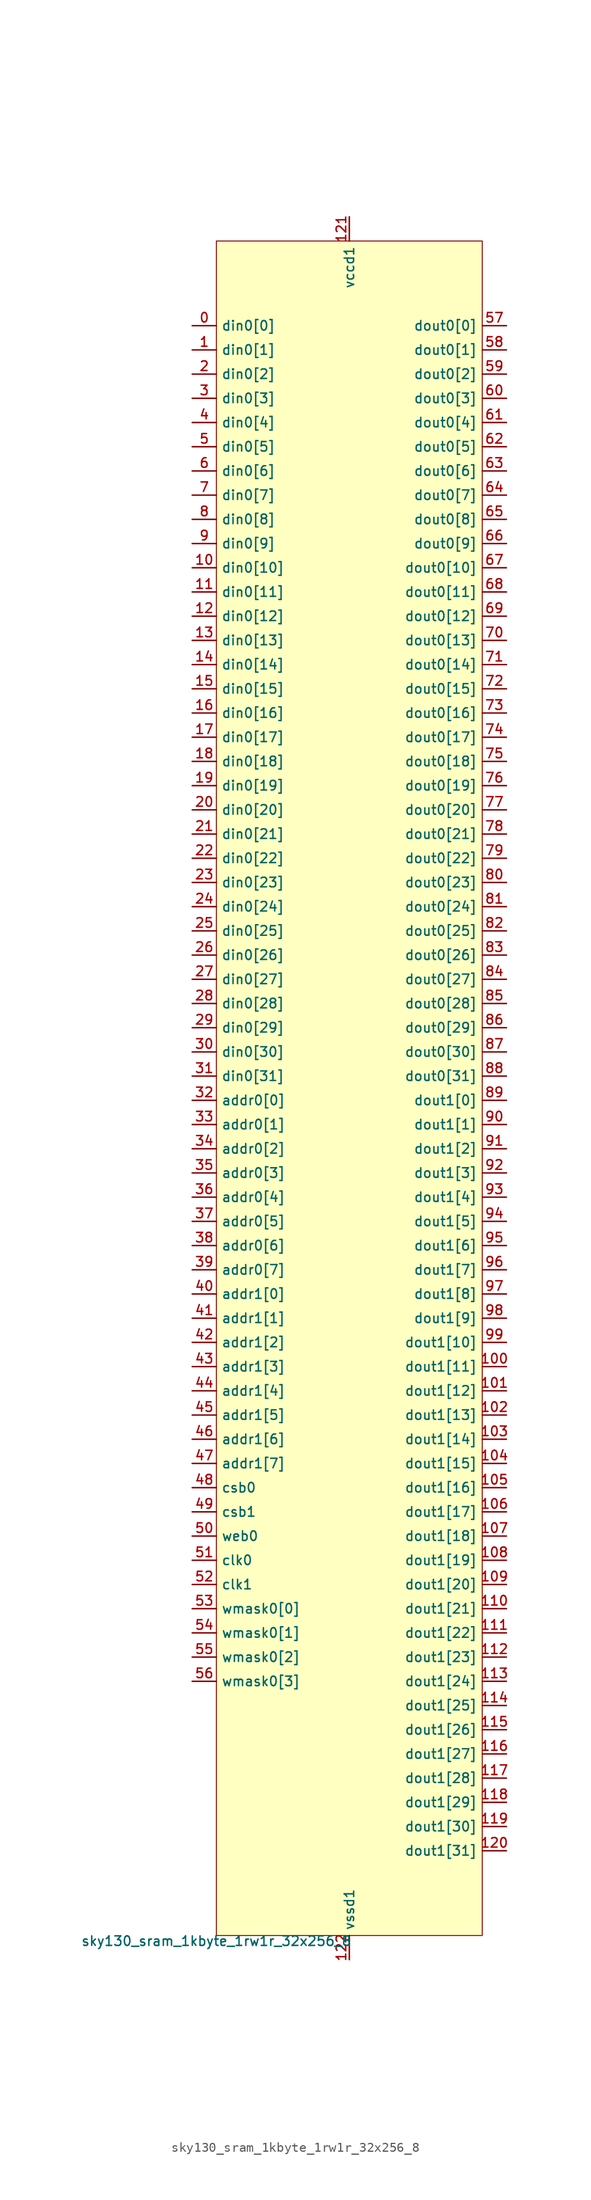
<source format=kicad_sym>
(kicad_symbol_lib
  (version 20211014)
  (generator lef2kicad_sym)
  (symbol "sky130_sram_1kbyte_1rw1r_32x256_8"
    (property "Reference" "CELL"
      (at 0 0 0)
      (effects (font (size 1 1)) hide))
    (property "Value" "sky130_sram_1kbyte_1rw1r_32x256_8"
      (at -13.97 -88.9 0)
      (effects (font (size 1 1)) (justify top)))
    (rectangle
      (start -13.97 -88.9)
      (end 13.97 88.9)
      (stroke (width 0.1) (type solid) (color 0 0 0 0))
      (fill (type background)))
    (pin input line
      (at -16.51 80.01 0)
      (length 2.54)
      (name "din0[0]" (effects (font (size 1 1)) hide))
      (number "0" (effects (font (size 1 1)) hide)))
    (pin input line
      (at -16.51 77.47 0)
      (length 2.54)
      (name "din0[1]" (effects (font (size 1 1)) hide))
      (number "1" (effects (font (size 1 1)) hide)))
    (pin input line
      (at -16.51 74.93 0)
      (length 2.54)
      (name "din0[2]" (effects (font (size 1 1)) hide))
      (number "2" (effects (font (size 1 1)) hide)))
    (pin input line
      (at -16.51 72.39 0)
      (length 2.54)
      (name "din0[3]" (effects (font (size 1 1)) hide))
      (number "3" (effects (font (size 1 1)) hide)))
    (pin input line
      (at -16.51 69.85 0)
      (length 2.54)
      (name "din0[4]" (effects (font (size 1 1)) hide))
      (number "4" (effects (font (size 1 1)) hide)))
    (pin input line
      (at -16.51 67.31 0)
      (length 2.54)
      (name "din0[5]" (effects (font (size 1 1)) hide))
      (number "5" (effects (font (size 1 1)) hide)))
    (pin input line
      (at -16.51 64.77 0)
      (length 2.54)
      (name "din0[6]" (effects (font (size 1 1)) hide))
      (number "6" (effects (font (size 1 1)) hide)))
    (pin input line
      (at -16.51 62.23 0)
      (length 2.54)
      (name "din0[7]" (effects (font (size 1 1)) hide))
      (number "7" (effects (font (size 1 1)) hide)))
    (pin input line
      (at -16.51 59.69 0)
      (length 2.54)
      (name "din0[8]" (effects (font (size 1 1)) hide))
      (number "8" (effects (font (size 1 1)) hide)))
    (pin input line
      (at -16.51 57.15 0)
      (length 2.54)
      (name "din0[9]" (effects (font (size 1 1)) hide))
      (number "9" (effects (font (size 1 1)) hide)))
    (pin input line
      (at -16.51 54.61 0)
      (length 2.54)
      (name "din0[10]" (effects (font (size 1 1)) hide))
      (number "10" (effects (font (size 1 1)) hide)))
    (pin input line
      (at -16.51 52.07 0)
      (length 2.54)
      (name "din0[11]" (effects (font (size 1 1)) hide))
      (number "11" (effects (font (size 1 1)) hide)))
    (pin input line
      (at -16.51 49.53 0)
      (length 2.54)
      (name "din0[12]" (effects (font (size 1 1)) hide))
      (number "12" (effects (font (size 1 1)) hide)))
    (pin input line
      (at -16.51 46.99 0)
      (length 2.54)
      (name "din0[13]" (effects (font (size 1 1)) hide))
      (number "13" (effects (font (size 1 1)) hide)))
    (pin input line
      (at -16.51 44.45 0)
      (length 2.54)
      (name "din0[14]" (effects (font (size 1 1)) hide))
      (number "14" (effects (font (size 1 1)) hide)))
    (pin input line
      (at -16.51 41.91 0)
      (length 2.54)
      (name "din0[15]" (effects (font (size 1 1)) hide))
      (number "15" (effects (font (size 1 1)) hide)))
    (pin input line
      (at -16.51 39.37 0)
      (length 2.54)
      (name "din0[16]" (effects (font (size 1 1)) hide))
      (number "16" (effects (font (size 1 1)) hide)))
    (pin input line
      (at -16.51 36.83 0)
      (length 2.54)
      (name "din0[17]" (effects (font (size 1 1)) hide))
      (number "17" (effects (font (size 1 1)) hide)))
    (pin input line
      (at -16.51 34.29 0)
      (length 2.54)
      (name "din0[18]" (effects (font (size 1 1)) hide))
      (number "18" (effects (font (size 1 1)) hide)))
    (pin input line
      (at -16.51 31.75 0)
      (length 2.54)
      (name "din0[19]" (effects (font (size 1 1)) hide))
      (number "19" (effects (font (size 1 1)) hide)))
    (pin input line
      (at -16.51 29.21 0)
      (length 2.54)
      (name "din0[20]" (effects (font (size 1 1)) hide))
      (number "20" (effects (font (size 1 1)) hide)))
    (pin input line
      (at -16.51 26.67 0)
      (length 2.54)
      (name "din0[21]" (effects (font (size 1 1)) hide))
      (number "21" (effects (font (size 1 1)) hide)))
    (pin input line
      (at -16.51 24.13 0)
      (length 2.54)
      (name "din0[22]" (effects (font (size 1 1)) hide))
      (number "22" (effects (font (size 1 1)) hide)))
    (pin input line
      (at -16.51 21.59 0)
      (length 2.54)
      (name "din0[23]" (effects (font (size 1 1)) hide))
      (number "23" (effects (font (size 1 1)) hide)))
    (pin input line
      (at -16.51 19.05 0)
      (length 2.54)
      (name "din0[24]" (effects (font (size 1 1)) hide))
      (number "24" (effects (font (size 1 1)) hide)))
    (pin input line
      (at -16.51 16.51 0)
      (length 2.54)
      (name "din0[25]" (effects (font (size 1 1)) hide))
      (number "25" (effects (font (size 1 1)) hide)))
    (pin input line
      (at -16.51 13.97 0)
      (length 2.54)
      (name "din0[26]" (effects (font (size 1 1)) hide))
      (number "26" (effects (font (size 1 1)) hide)))
    (pin input line
      (at -16.51 11.43 0)
      (length 2.54)
      (name "din0[27]" (effects (font (size 1 1)) hide))
      (number "27" (effects (font (size 1 1)) hide)))
    (pin input line
      (at -16.51 8.89 0)
      (length 2.54)
      (name "din0[28]" (effects (font (size 1 1)) hide))
      (number "28" (effects (font (size 1 1)) hide)))
    (pin input line
      (at -16.51 6.35 0)
      (length 2.54)
      (name "din0[29]" (effects (font (size 1 1)) hide))
      (number "29" (effects (font (size 1 1)) hide)))
    (pin input line
      (at -16.51 3.81 0)
      (length 2.54)
      (name "din0[30]" (effects (font (size 1 1)) hide))
      (number "30" (effects (font (size 1 1)) hide)))
    (pin input line
      (at -16.51 1.27 0)
      (length 2.54)
      (name "din0[31]" (effects (font (size 1 1)) hide))
      (number "31" (effects (font (size 1 1)) hide)))
    (pin input line
      (at -16.51 -1.27 0)
      (length 2.54)
      (name "addr0[0]" (effects (font (size 1 1)) hide))
      (number "32" (effects (font (size 1 1)) hide)))
    (pin input line
      (at -16.51 -3.81 0)
      (length 2.54)
      (name "addr0[1]" (effects (font (size 1 1)) hide))
      (number "33" (effects (font (size 1 1)) hide)))
    (pin input line
      (at -16.51 -6.35 0)
      (length 2.54)
      (name "addr0[2]" (effects (font (size 1 1)) hide))
      (number "34" (effects (font (size 1 1)) hide)))
    (pin input line
      (at -16.51 -8.89 0)
      (length 2.54)
      (name "addr0[3]" (effects (font (size 1 1)) hide))
      (number "35" (effects (font (size 1 1)) hide)))
    (pin input line
      (at -16.51 -11.43 0)
      (length 2.54)
      (name "addr0[4]" (effects (font (size 1 1)) hide))
      (number "36" (effects (font (size 1 1)) hide)))
    (pin input line
      (at -16.51 -13.97 0)
      (length 2.54)
      (name "addr0[5]" (effects (font (size 1 1)) hide))
      (number "37" (effects (font (size 1 1)) hide)))
    (pin input line
      (at -16.51 -16.51 0)
      (length 2.54)
      (name "addr0[6]" (effects (font (size 1 1)) hide))
      (number "38" (effects (font (size 1 1)) hide)))
    (pin input line
      (at -16.51 -19.05 0)
      (length 2.54)
      (name "addr0[7]" (effects (font (size 1 1)) hide))
      (number "39" (effects (font (size 1 1)) hide)))
    (pin input line
      (at -16.51 -21.59 0)
      (length 2.54)
      (name "addr1[0]" (effects (font (size 1 1)) hide))
      (number "40" (effects (font (size 1 1)) hide)))
    (pin input line
      (at -16.51 -24.13 0)
      (length 2.54)
      (name "addr1[1]" (effects (font (size 1 1)) hide))
      (number "41" (effects (font (size 1 1)) hide)))
    (pin input line
      (at -16.51 -26.67 0)
      (length 2.54)
      (name "addr1[2]" (effects (font (size 1 1)) hide))
      (number "42" (effects (font (size 1 1)) hide)))
    (pin input line
      (at -16.51 -29.21 0)
      (length 2.54)
      (name "addr1[3]" (effects (font (size 1 1)) hide))
      (number "43" (effects (font (size 1 1)) hide)))
    (pin input line
      (at -16.51 -31.75 0)
      (length 2.54)
      (name "addr1[4]" (effects (font (size 1 1)) hide))
      (number "44" (effects (font (size 1 1)) hide)))
    (pin input line
      (at -16.51 -34.29 0)
      (length 2.54)
      (name "addr1[5]" (effects (font (size 1 1)) hide))
      (number "45" (effects (font (size 1 1)) hide)))
    (pin input line
      (at -16.51 -36.83 0)
      (length 2.54)
      (name "addr1[6]" (effects (font (size 1 1)) hide))
      (number "46" (effects (font (size 1 1)) hide)))
    (pin input line
      (at -16.51 -39.37 0)
      (length 2.54)
      (name "addr1[7]" (effects (font (size 1 1)) hide))
      (number "47" (effects (font (size 1 1)) hide)))
    (pin input line
      (at -16.51 -41.91 0)
      (length 2.54)
      (name "csb0" (effects (font (size 1 1)) hide))
      (number "48" (effects (font (size 1 1)) hide)))
    (pin input line
      (at -16.51 -44.45 0)
      (length 2.54)
      (name "csb1" (effects (font (size 1 1)) hide))
      (number "49" (effects (font (size 1 1)) hide)))
    (pin input line
      (at -16.51 -46.99 0)
      (length 2.54)
      (name "web0" (effects (font (size 1 1)) hide))
      (number "50" (effects (font (size 1 1)) hide)))
    (pin input line
      (at -16.51 -49.53 0)
      (length 2.54)
      (name "clk0" (effects (font (size 1 1)) hide))
      (number "51" (effects (font (size 1 1)) hide)))
    (pin input line
      (at -16.51 -52.07 0)
      (length 2.54)
      (name "clk1" (effects (font (size 1 1)) hide))
      (number "52" (effects (font (size 1 1)) hide)))
    (pin input line
      (at -16.51 -54.61 0)
      (length 2.54)
      (name "wmask0[0]" (effects (font (size 1 1)) hide))
      (number "53" (effects (font (size 1 1)) hide)))
    (pin input line
      (at -16.51 -57.15 0)
      (length 2.54)
      (name "wmask0[1]" (effects (font (size 1 1)) hide))
      (number "54" (effects (font (size 1 1)) hide)))
    (pin input line
      (at -16.51 -59.69 0)
      (length 2.54)
      (name "wmask0[2]" (effects (font (size 1 1)) hide))
      (number "55" (effects (font (size 1 1)) hide)))
    (pin input line
      (at -16.51 -62.23 0)
      (length 2.54)
      (name "wmask0[3]" (effects (font (size 1 1)) hide))
      (number "56" (effects (font (size 1 1)) hide)))
    (pin output line
      (at 16.51 80.01 180)
      (length 2.54)
      (name "dout0[0]" (effects (font (size 1 1)) hide))
      (number "57" (effects (font (size 1 1)) hide)))
    (pin output line
      (at 16.51 77.47 180)
      (length 2.54)
      (name "dout0[1]" (effects (font (size 1 1)) hide))
      (number "58" (effects (font (size 1 1)) hide)))
    (pin output line
      (at 16.51 74.93 180)
      (length 2.54)
      (name "dout0[2]" (effects (font (size 1 1)) hide))
      (number "59" (effects (font (size 1 1)) hide)))
    (pin output line
      (at 16.51 72.39 180)
      (length 2.54)
      (name "dout0[3]" (effects (font (size 1 1)) hide))
      (number "60" (effects (font (size 1 1)) hide)))
    (pin output line
      (at 16.51 69.85 180)
      (length 2.54)
      (name "dout0[4]" (effects (font (size 1 1)) hide))
      (number "61" (effects (font (size 1 1)) hide)))
    (pin output line
      (at 16.51 67.31 180)
      (length 2.54)
      (name "dout0[5]" (effects (font (size 1 1)) hide))
      (number "62" (effects (font (size 1 1)) hide)))
    (pin output line
      (at 16.51 64.77 180)
      (length 2.54)
      (name "dout0[6]" (effects (font (size 1 1)) hide))
      (number "63" (effects (font (size 1 1)) hide)))
    (pin output line
      (at 16.51 62.23 180)
      (length 2.54)
      (name "dout0[7]" (effects (font (size 1 1)) hide))
      (number "64" (effects (font (size 1 1)) hide)))
    (pin output line
      (at 16.51 59.69 180)
      (length 2.54)
      (name "dout0[8]" (effects (font (size 1 1)) hide))
      (number "65" (effects (font (size 1 1)) hide)))
    (pin output line
      (at 16.51 57.15 180)
      (length 2.54)
      (name "dout0[9]" (effects (font (size 1 1)) hide))
      (number "66" (effects (font (size 1 1)) hide)))
    (pin output line
      (at 16.51 54.61 180)
      (length 2.54)
      (name "dout0[10]" (effects (font (size 1 1)) hide))
      (number "67" (effects (font (size 1 1)) hide)))
    (pin output line
      (at 16.51 52.07 180)
      (length 2.54)
      (name "dout0[11]" (effects (font (size 1 1)) hide))
      (number "68" (effects (font (size 1 1)) hide)))
    (pin output line
      (at 16.51 49.53 180)
      (length 2.54)
      (name "dout0[12]" (effects (font (size 1 1)) hide))
      (number "69" (effects (font (size 1 1)) hide)))
    (pin output line
      (at 16.51 46.99 180)
      (length 2.54)
      (name "dout0[13]" (effects (font (size 1 1)) hide))
      (number "70" (effects (font (size 1 1)) hide)))
    (pin output line
      (at 16.51 44.45 180)
      (length 2.54)
      (name "dout0[14]" (effects (font (size 1 1)) hide))
      (number "71" (effects (font (size 1 1)) hide)))
    (pin output line
      (at 16.51 41.91 180)
      (length 2.54)
      (name "dout0[15]" (effects (font (size 1 1)) hide))
      (number "72" (effects (font (size 1 1)) hide)))
    (pin output line
      (at 16.51 39.37 180)
      (length 2.54)
      (name "dout0[16]" (effects (font (size 1 1)) hide))
      (number "73" (effects (font (size 1 1)) hide)))
    (pin output line
      (at 16.51 36.83 180)
      (length 2.54)
      (name "dout0[17]" (effects (font (size 1 1)) hide))
      (number "74" (effects (font (size 1 1)) hide)))
    (pin output line
      (at 16.51 34.29 180)
      (length 2.54)
      (name "dout0[18]" (effects (font (size 1 1)) hide))
      (number "75" (effects (font (size 1 1)) hide)))
    (pin output line
      (at 16.51 31.75 180)
      (length 2.54)
      (name "dout0[19]" (effects (font (size 1 1)) hide))
      (number "76" (effects (font (size 1 1)) hide)))
    (pin output line
      (at 16.51 29.21 180)
      (length 2.54)
      (name "dout0[20]" (effects (font (size 1 1)) hide))
      (number "77" (effects (font (size 1 1)) hide)))
    (pin output line
      (at 16.51 26.67 180)
      (length 2.54)
      (name "dout0[21]" (effects (font (size 1 1)) hide))
      (number "78" (effects (font (size 1 1)) hide)))
    (pin output line
      (at 16.51 24.13 180)
      (length 2.54)
      (name "dout0[22]" (effects (font (size 1 1)) hide))
      (number "79" (effects (font (size 1 1)) hide)))
    (pin output line
      (at 16.51 21.59 180)
      (length 2.54)
      (name "dout0[23]" (effects (font (size 1 1)) hide))
      (number "80" (effects (font (size 1 1)) hide)))
    (pin output line
      (at 16.51 19.05 180)
      (length 2.54)
      (name "dout0[24]" (effects (font (size 1 1)) hide))
      (number "81" (effects (font (size 1 1)) hide)))
    (pin output line
      (at 16.51 16.51 180)
      (length 2.54)
      (name "dout0[25]" (effects (font (size 1 1)) hide))
      (number "82" (effects (font (size 1 1)) hide)))
    (pin output line
      (at 16.51 13.97 180)
      (length 2.54)
      (name "dout0[26]" (effects (font (size 1 1)) hide))
      (number "83" (effects (font (size 1 1)) hide)))
    (pin output line
      (at 16.51 11.43 180)
      (length 2.54)
      (name "dout0[27]" (effects (font (size 1 1)) hide))
      (number "84" (effects (font (size 1 1)) hide)))
    (pin output line
      (at 16.51 8.89 180)
      (length 2.54)
      (name "dout0[28]" (effects (font (size 1 1)) hide))
      (number "85" (effects (font (size 1 1)) hide)))
    (pin output line
      (at 16.51 6.35 180)
      (length 2.54)
      (name "dout0[29]" (effects (font (size 1 1)) hide))
      (number "86" (effects (font (size 1 1)) hide)))
    (pin output line
      (at 16.51 3.81 180)
      (length 2.54)
      (name "dout0[30]" (effects (font (size 1 1)) hide))
      (number "87" (effects (font (size 1 1)) hide)))
    (pin output line
      (at 16.51 1.27 180)
      (length 2.54)
      (name "dout0[31]" (effects (font (size 1 1)) hide))
      (number "88" (effects (font (size 1 1)) hide)))
    (pin output line
      (at 16.51 -1.27 180)
      (length 2.54)
      (name "dout1[0]" (effects (font (size 1 1)) hide))
      (number "89" (effects (font (size 1 1)) hide)))
    (pin output line
      (at 16.51 -3.81 180)
      (length 2.54)
      (name "dout1[1]" (effects (font (size 1 1)) hide))
      (number "90" (effects (font (size 1 1)) hide)))
    (pin output line
      (at 16.51 -6.35 180)
      (length 2.54)
      (name "dout1[2]" (effects (font (size 1 1)) hide))
      (number "91" (effects (font (size 1 1)) hide)))
    (pin output line
      (at 16.51 -8.89 180)
      (length 2.54)
      (name "dout1[3]" (effects (font (size 1 1)) hide))
      (number "92" (effects (font (size 1 1)) hide)))
    (pin output line
      (at 16.51 -11.43 180)
      (length 2.54)
      (name "dout1[4]" (effects (font (size 1 1)) hide))
      (number "93" (effects (font (size 1 1)) hide)))
    (pin output line
      (at 16.51 -13.97 180)
      (length 2.54)
      (name "dout1[5]" (effects (font (size 1 1)) hide))
      (number "94" (effects (font (size 1 1)) hide)))
    (pin output line
      (at 16.51 -16.51 180)
      (length 2.54)
      (name "dout1[6]" (effects (font (size 1 1)) hide))
      (number "95" (effects (font (size 1 1)) hide)))
    (pin output line
      (at 16.51 -19.05 180)
      (length 2.54)
      (name "dout1[7]" (effects (font (size 1 1)) hide))
      (number "96" (effects (font (size 1 1)) hide)))
    (pin output line
      (at 16.51 -21.59 180)
      (length 2.54)
      (name "dout1[8]" (effects (font (size 1 1)) hide))
      (number "97" (effects (font (size 1 1)) hide)))
    (pin output line
      (at 16.51 -24.13 180)
      (length 2.54)
      (name "dout1[9]" (effects (font (size 1 1)) hide))
      (number "98" (effects (font (size 1 1)) hide)))
    (pin output line
      (at 16.51 -26.67 180)
      (length 2.54)
      (name "dout1[10]" (effects (font (size 1 1)) hide))
      (number "99" (effects (font (size 1 1)) hide)))
    (pin output line
      (at 16.51 -29.21 180)
      (length 2.54)
      (name "dout1[11]" (effects (font (size 1 1)) hide))
      (number "100" (effects (font (size 1 1)) hide)))
    (pin output line
      (at 16.51 -31.75 180)
      (length 2.54)
      (name "dout1[12]" (effects (font (size 1 1)) hide))
      (number "101" (effects (font (size 1 1)) hide)))
    (pin output line
      (at 16.51 -34.29 180)
      (length 2.54)
      (name "dout1[13]" (effects (font (size 1 1)) hide))
      (number "102" (effects (font (size 1 1)) hide)))
    (pin output line
      (at 16.51 -36.83 180)
      (length 2.54)
      (name "dout1[14]" (effects (font (size 1 1)) hide))
      (number "103" (effects (font (size 1 1)) hide)))
    (pin output line
      (at 16.51 -39.37 180)
      (length 2.54)
      (name "dout1[15]" (effects (font (size 1 1)) hide))
      (number "104" (effects (font (size 1 1)) hide)))
    (pin output line
      (at 16.51 -41.91 180)
      (length 2.54)
      (name "dout1[16]" (effects (font (size 1 1)) hide))
      (number "105" (effects (font (size 1 1)) hide)))
    (pin output line
      (at 16.51 -44.45 180)
      (length 2.54)
      (name "dout1[17]" (effects (font (size 1 1)) hide))
      (number "106" (effects (font (size 1 1)) hide)))
    (pin output line
      (at 16.51 -46.99 180)
      (length 2.54)
      (name "dout1[18]" (effects (font (size 1 1)) hide))
      (number "107" (effects (font (size 1 1)) hide)))
    (pin output line
      (at 16.51 -49.53 180)
      (length 2.54)
      (name "dout1[19]" (effects (font (size 1 1)) hide))
      (number "108" (effects (font (size 1 1)) hide)))
    (pin output line
      (at 16.51 -52.07 180)
      (length 2.54)
      (name "dout1[20]" (effects (font (size 1 1)) hide))
      (number "109" (effects (font (size 1 1)) hide)))
    (pin output line
      (at 16.51 -54.61 180)
      (length 2.54)
      (name "dout1[21]" (effects (font (size 1 1)) hide))
      (number "110" (effects (font (size 1 1)) hide)))
    (pin output line
      (at 16.51 -57.15 180)
      (length 2.54)
      (name "dout1[22]" (effects (font (size 1 1)) hide))
      (number "111" (effects (font (size 1 1)) hide)))
    (pin output line
      (at 16.51 -59.69 180)
      (length 2.54)
      (name "dout1[23]" (effects (font (size 1 1)) hide))
      (number "112" (effects (font (size 1 1)) hide)))
    (pin output line
      (at 16.51 -62.23 180)
      (length 2.54)
      (name "dout1[24]" (effects (font (size 1 1)) hide))
      (number "113" (effects (font (size 1 1)) hide)))
    (pin output line
      (at 16.51 -64.77 180)
      (length 2.54)
      (name "dout1[25]" (effects (font (size 1 1)) hide))
      (number "114" (effects (font (size 1 1)) hide)))
    (pin output line
      (at 16.51 -67.31 180)
      (length 2.54)
      (name "dout1[26]" (effects (font (size 1 1)) hide))
      (number "115" (effects (font (size 1 1)) hide)))
    (pin output line
      (at 16.51 -69.85 180)
      (length 2.54)
      (name "dout1[27]" (effects (font (size 1 1)) hide))
      (number "116" (effects (font (size 1 1)) hide)))
    (pin output line
      (at 16.51 -72.39 180)
      (length 2.54)
      (name "dout1[28]" (effects (font (size 1 1)) hide))
      (number "117" (effects (font (size 1 1)) hide)))
    (pin output line
      (at 16.51 -74.93 180)
      (length 2.54)
      (name "dout1[29]" (effects (font (size 1 1)) hide))
      (number "118" (effects (font (size 1 1)) hide)))
    (pin output line
      (at 16.51 -77.47 180)
      (length 2.54)
      (name "dout1[30]" (effects (font (size 1 1)) hide))
      (number "119" (effects (font (size 1 1)) hide)))
    (pin output line
      (at 16.51 -80.01 180)
      (length 2.54)
      (name "dout1[31]" (effects (font (size 1 1)) hide))
      (number "120" (effects (font (size 1 1)) hide)))
    (pin power_in line
      (at 0.0 91.44 270)
      (length 2.54)
      (name "vccd1" (effects (font (size 1 1)) hide))
      (number "121" (effects (font (size 1 1)) hide)))
    (pin power_in line
      (at 0.0 -91.44 90)
      (length 2.54)
      (name "vssd1" (effects (font (size 1 1)) hide))
      (number "122" (effects (font (size 1 1)) hide)))))
</source>
